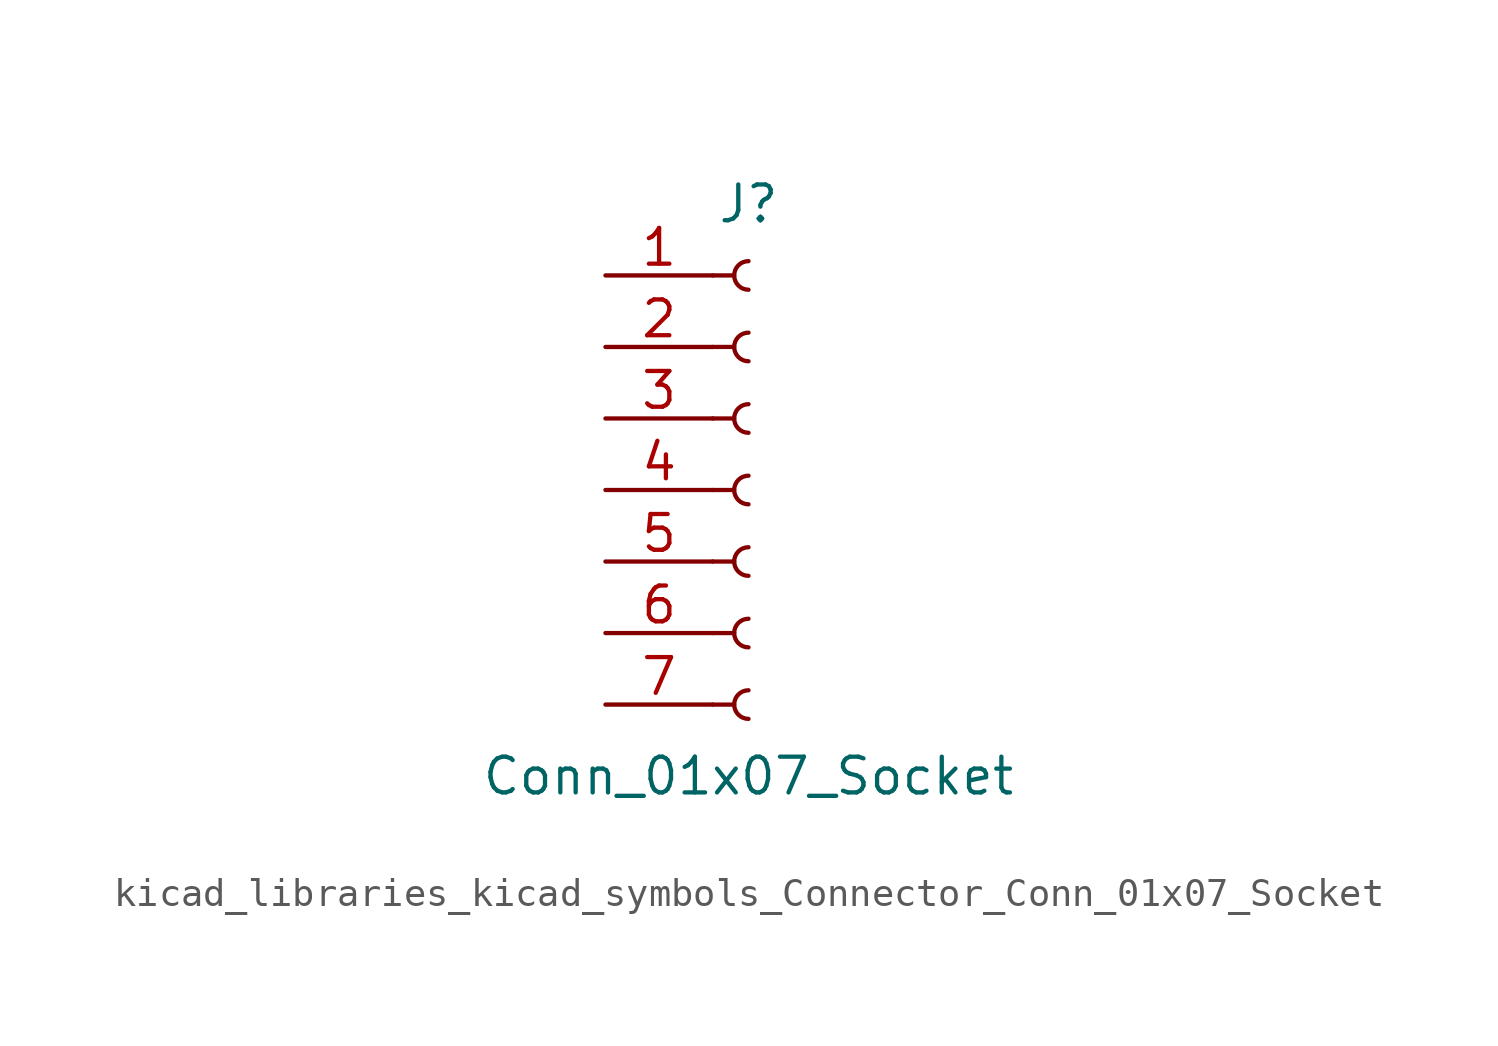
<source format=kicad_sym>
(kicad_symbol_lib
  (version 20220914)
  (generator kicad_symbol_editor)
  (symbol "kicad_libraries_kicad_symbols_Connector_Conn_01x07_Socket"
    (pin_names
      (offset 1.016) hide)
    (property "Reference" "J"
      (at 0 10.16 0)
      (effects (font (size 1.27 1.27))))
    (property "Value" "Conn_01x07_Socket"
      (at 0 -10.16 0)
      (effects (font (size 1.27 1.27))))
    (property "ki_locked" ""
      (at 0 0 0)
      (effects (font (size 1.27 1.27))))
    (symbol "kicad_libraries_kicad_symbols_Connector_Conn_01x07_Socket_1_1"
      (arc (start 0 -7.112) (mid -0.5058 -7.62) (end 0 -8.128) (stroke (width 0.1524) (type default)) (fill (type none)))
      (arc (start 0 -4.572) (mid -0.5058 -5.08) (end 0 -5.588) (stroke (width 0.1524) (type default)) (fill (type none)))
      (arc (start 0 -2.032) (mid -0.5058 -2.54) (end 0 -3.048) (stroke (width 0.1524) (type default)) (fill (type none)))
      (polyline (pts (xy -1.27 -7.62) (xy -0.508 -7.62)) (stroke (width 0.152) (type default)) (fill (type none)))
      (polyline (pts (xy -1.27 -5.08) (xy -0.508 -5.08)) (stroke (width 0.152) (type default)) (fill (type none)))
      (polyline (pts (xy -1.27 -2.54) (xy -0.508 -2.54)) (stroke (width 0.152) (type default)) (fill (type none)))
      (polyline (pts (xy -1.27 0) (xy -0.508 0)) (stroke (width 0.152) (type default)) (fill (type none)))
      (polyline (pts (xy -1.27 2.54) (xy -0.508 2.54)) (stroke (width 0.152) (type default)) (fill (type none)))
      (polyline (pts (xy -1.27 5.08) (xy -0.508 5.08)) (stroke (width 0.152) (type default)) (fill (type none)))
      (polyline (pts (xy -1.27 7.62) (xy -0.508 7.62)) (stroke (width 0.152) (type default)) (fill (type none)))
      (arc (start 0 0.508) (mid -0.5058 0) (end 0 -0.508) (stroke (width 0.1524) (type default)) (fill (type none)))
      (arc (start 0 3.048) (mid -0.5058 2.54) (end 0 2.032) (stroke (width 0.1524) (type default)) (fill (type none)))
      (arc (start 0 5.588) (mid -0.5058 5.08) (end 0 4.572) (stroke (width 0.1524) (type default)) (fill (type none)))
      (arc (start 0 8.128) (mid -0.5058 7.62) (end 0 7.112) (stroke (width 0.1524) (type default)) (fill (type none)))
      (pin passive line (at -5.08 7.62 0) (length 3.81) (name "Pin_1" (effects (font (size 1.27 1.27)))) (number "1" (effects (font (size 1.27 1.27)))))
      (pin passive line (at -5.08 5.08 0) (length 3.81) (name "Pin_2" (effects (font (size 1.27 1.27)))) (number "2" (effects (font (size 1.27 1.27)))))
      (pin passive line (at -5.08 2.54 0) (length 3.81) (name "Pin_3" (effects (font (size 1.27 1.27)))) (number "3" (effects (font (size 1.27 1.27)))))
      (pin passive line (at -5.08 0 0) (length 3.81) (name "Pin_4" (effects (font (size 1.27 1.27)))) (number "4" (effects (font (size 1.27 1.27)))))
      (pin passive line (at -5.08 -2.54 0) (length 3.81) (name "Pin_5" (effects (font (size 1.27 1.27)))) (number "5" (effects (font (size 1.27 1.27)))))
      (pin passive line (at -5.08 -5.08 0) (length 3.81) (name "Pin_6" (effects (font (size 1.27 1.27)))) (number "6" (effects (font (size 1.27 1.27)))))
      (pin passive line (at -5.08 -7.62 0) (length 3.81) (name "Pin_7" (effects (font (size 1.27 1.27)))) (number "7" (effects (font (size 1.27 1.27))))))))
</source>
